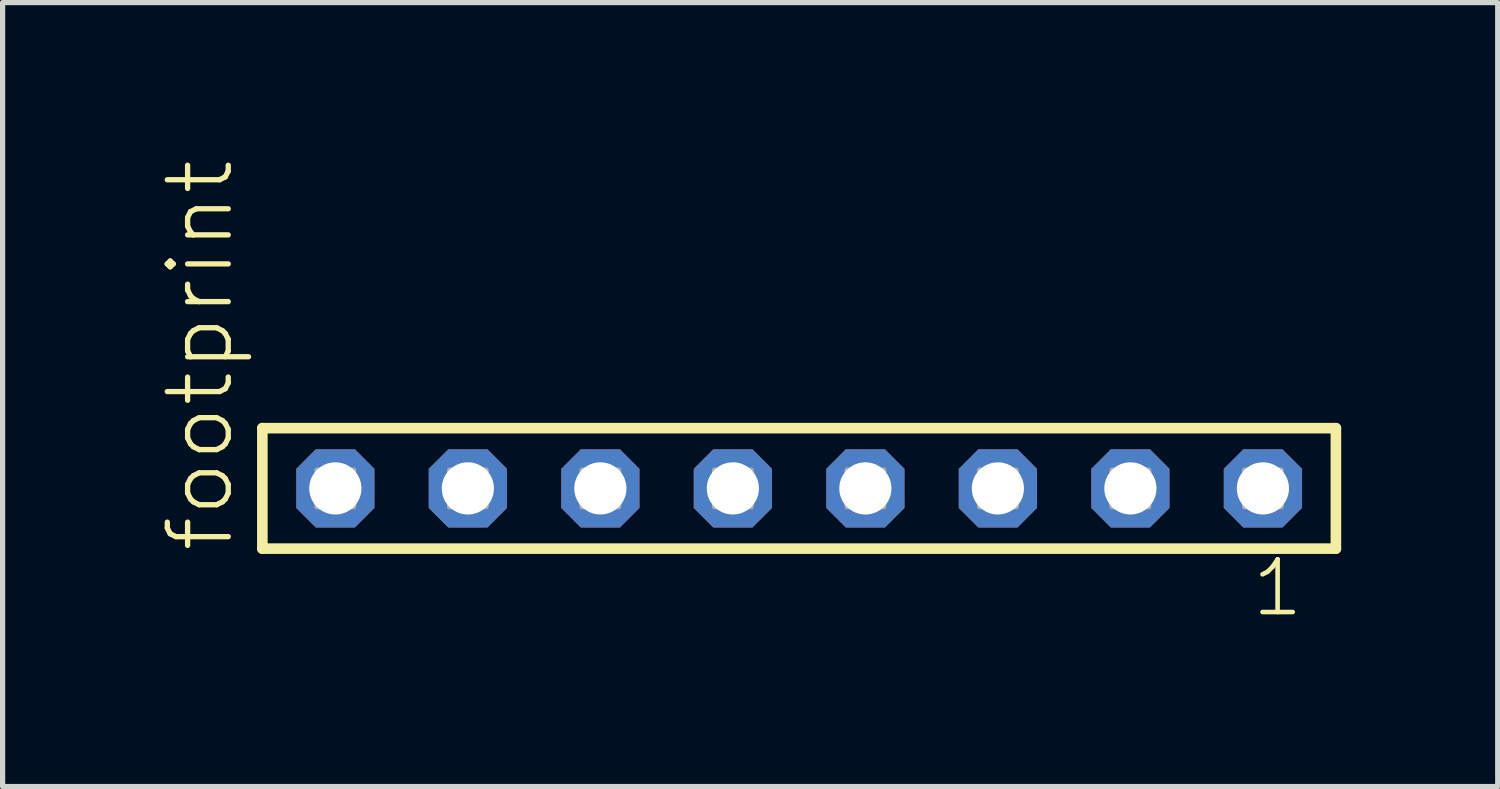
<source format=kicad_pcb>
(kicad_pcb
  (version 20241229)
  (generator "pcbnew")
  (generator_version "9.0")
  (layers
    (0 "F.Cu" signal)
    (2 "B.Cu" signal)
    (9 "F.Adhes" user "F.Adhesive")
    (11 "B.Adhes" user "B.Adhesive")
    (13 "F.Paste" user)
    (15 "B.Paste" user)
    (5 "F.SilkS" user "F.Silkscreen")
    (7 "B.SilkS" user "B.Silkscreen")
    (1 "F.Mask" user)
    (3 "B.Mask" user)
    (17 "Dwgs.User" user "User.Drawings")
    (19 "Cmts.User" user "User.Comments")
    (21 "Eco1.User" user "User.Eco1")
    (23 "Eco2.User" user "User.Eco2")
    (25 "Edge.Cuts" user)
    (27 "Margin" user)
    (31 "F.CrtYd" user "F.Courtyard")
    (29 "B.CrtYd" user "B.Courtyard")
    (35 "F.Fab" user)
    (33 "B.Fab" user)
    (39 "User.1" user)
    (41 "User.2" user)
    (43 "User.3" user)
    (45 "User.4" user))
  (footprint "footprint"
    (layer "F.Cu")
    (at 12.268 6.312)
    (property "Reference" "footprint" (at -10.795 1.27 90) (layer "F.SilkS") (effects (font (size 1.168 1.168) (thickness 0.102)) (justify left bottom)))
    (fp_line (start -10.289 -1.155) (end 10.289 -1.155) (stroke (width 0.203) (type solid)) (layer "F.SilkS"))
    (fp_line (start -10.289 1.155) (end -10.289 -1.155) (stroke (width 0.203) (type solid)) (layer "F.SilkS"))
    (fp_line (start 10.289 -1.155) (end 10.289 1.155) (stroke (width 0.203) (type solid)) (layer "F.SilkS"))
    (fp_line (start 10.289 1.155) (end -10.289 1.155) (stroke (width 0.203) (type solid)) (layer "F.SilkS"))
    (fp_poly (pts (xy -9.24 0.35) (xy -8.54 0.35) (xy -8.54 -0.35) (xy -9.24 -0.35)) (stroke (width 0.1) (type solid)) (fill no) (layer "F.Fab"))
    (fp_poly (pts (xy -6.7 0.35) (xy -6 0.35) (xy -6 -0.35) (xy -6.7 -0.35)) (stroke (width 0.1) (type solid)) (fill no) (layer "F.Fab"))
    (fp_poly (pts (xy -4.16 0.35) (xy -3.46 0.35) (xy -3.46 -0.35) (xy -4.16 -0.35)) (stroke (width 0.1) (type solid)) (fill no) (layer "F.Fab"))
    (fp_poly (pts (xy -1.62 0.35) (xy -0.92 0.35) (xy -0.92 -0.35) (xy -1.62 -0.35)) (stroke (width 0.1) (type solid)) (fill no) (layer "F.Fab"))
    (fp_poly (pts (xy 0.92 0.35) (xy 1.62 0.35) (xy 1.62 -0.35) (xy 0.92 -0.35)) (stroke (width 0.1) (type solid)) (fill no) (layer "F.Fab"))
    (fp_poly (pts (xy 3.46 0.35) (xy 4.16 0.35) (xy 4.16 -0.35) (xy 3.46 -0.35)) (stroke (width 0.1) (type solid)) (fill no) (layer "F.Fab"))
    (fp_poly (pts (xy 6 0.35) (xy 6.7 0.35) (xy 6.7 -0.35) (xy 6 -0.35)) (stroke (width 0.1) (type solid)) (fill no) (layer "F.Fab"))
    (fp_poly (pts (xy 8.54 0.35) (xy 9.24 0.35) (xy 9.24 -0.35) (xy 8.54 -0.35)) (stroke (width 0.1) (type solid)) (fill no) (layer "F.Fab"))
    (fp_text user "1" (at 8.632 2.498 0) (layer "F.SilkS") (effects (font (size 1.012 1.012) (thickness 0.088)) (justify left bottom)))
    (pad "1" thru_hole roundrect (at 8.89 0 180) (size 1.5 1.5) (drill 1) (layers "*.Cu" "*.Mask") (roundrect_rratio 0.25) (chamfer_ratio 0.25) (chamfer top_left top_right bottom_left bottom_right))
    (pad "2" thru_hole roundrect (at 6.35 0 180) (size 1.5 1.5) (drill 1) (layers "*.Cu" "*.Mask") (roundrect_rratio 0.25) (chamfer_ratio 0.25) (chamfer top_left top_right bottom_left bottom_right))
    (pad "3" thru_hole roundrect (at 3.81 0 180) (size 1.5 1.5) (drill 1) (layers "*.Cu" "*.Mask") (roundrect_rratio 0.25) (chamfer_ratio 0.25) (chamfer top_left top_right bottom_left bottom_right))
    (pad "4" thru_hole roundrect (at 1.27 0 180) (size 1.5 1.5) (drill 1) (layers "*.Cu" "*.Mask") (roundrect_rratio 0.25) (chamfer_ratio 0.25) (chamfer top_left top_right bottom_left bottom_right))
    (pad "5" thru_hole roundrect (at -1.27 0 180) (size 1.5 1.5) (drill 1) (layers "*.Cu" "*.Mask") (roundrect_rratio 0.25) (chamfer_ratio 0.25) (chamfer top_left top_right bottom_left bottom_right))
    (pad "6" thru_hole roundrect (at -3.81 0 180) (size 1.5 1.5) (drill 1) (layers "*.Cu" "*.Mask") (roundrect_rratio 0.25) (chamfer_ratio 0.25) (chamfer top_left top_right bottom_left bottom_right))
    (pad "7" thru_hole roundrect (at -6.35 0 180) (size 1.5 1.5) (drill 1) (layers "*.Cu" "*.Mask") (roundrect_rratio 0.25) (chamfer_ratio 0.25) (chamfer top_left top_right bottom_left bottom_right))
    (pad "8" thru_hole roundrect (at -8.89 0 180) (size 1.5 1.5) (drill 1) (layers "*.Cu" "*.Mask") (roundrect_rratio 0.25) (chamfer_ratio 0.25) (chamfer top_left top_right bottom_left bottom_right)))
  (gr_rect
    (start -3 -3)
    (end 25.659 12.027)
    (stroke (width 0.1) (type default))
    (fill no)
    (layer "Edge.Cuts")))
</source>
